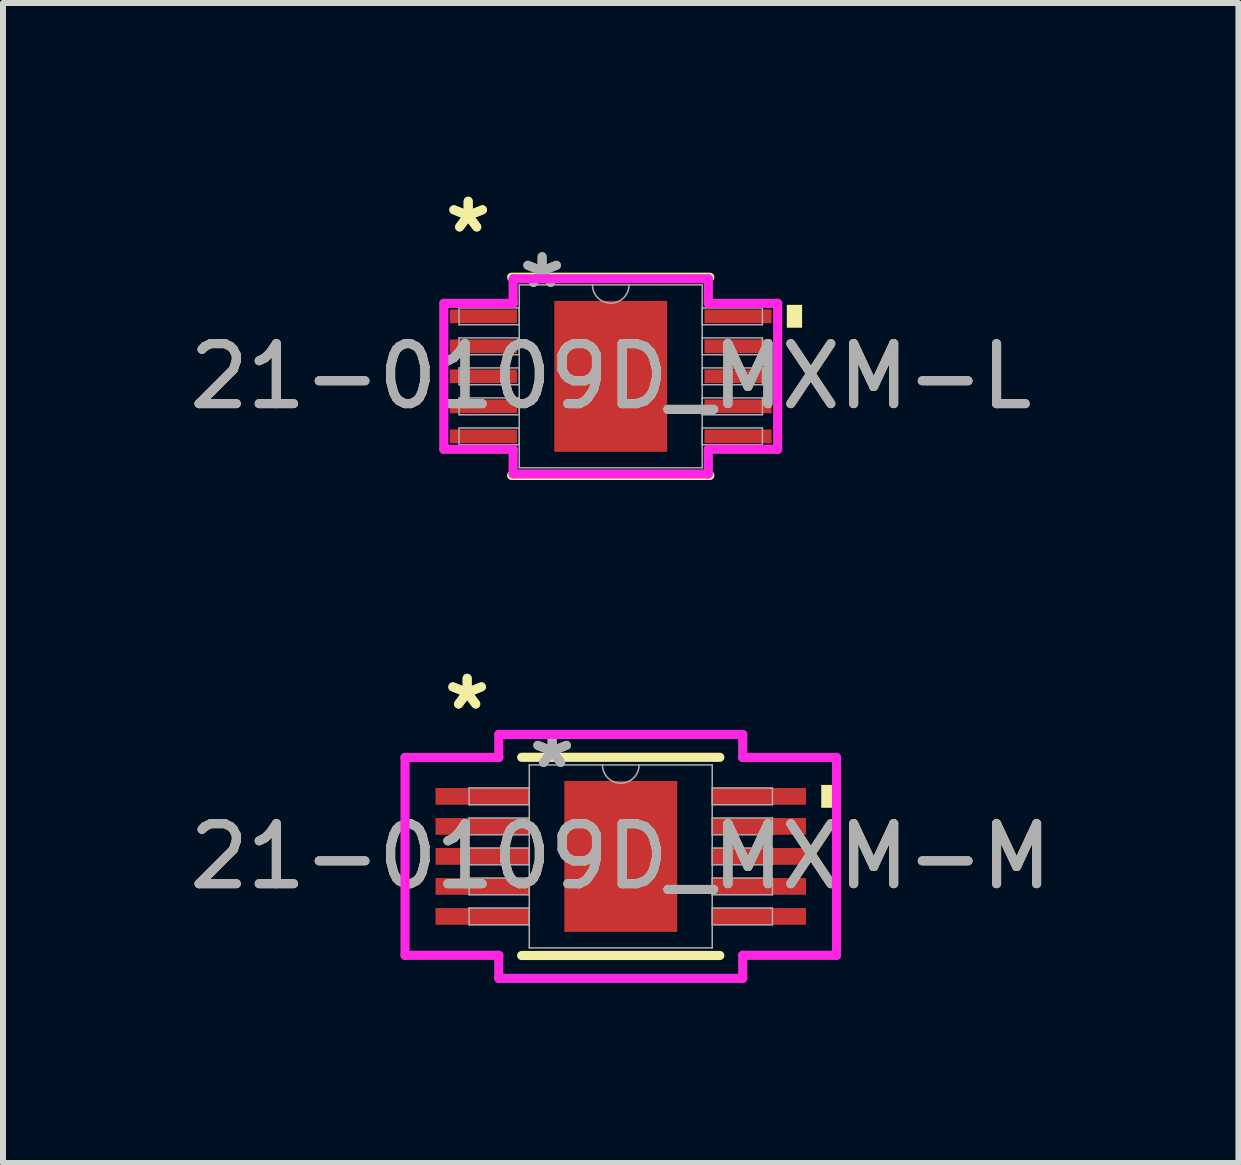
<source format=kicad_pcb>
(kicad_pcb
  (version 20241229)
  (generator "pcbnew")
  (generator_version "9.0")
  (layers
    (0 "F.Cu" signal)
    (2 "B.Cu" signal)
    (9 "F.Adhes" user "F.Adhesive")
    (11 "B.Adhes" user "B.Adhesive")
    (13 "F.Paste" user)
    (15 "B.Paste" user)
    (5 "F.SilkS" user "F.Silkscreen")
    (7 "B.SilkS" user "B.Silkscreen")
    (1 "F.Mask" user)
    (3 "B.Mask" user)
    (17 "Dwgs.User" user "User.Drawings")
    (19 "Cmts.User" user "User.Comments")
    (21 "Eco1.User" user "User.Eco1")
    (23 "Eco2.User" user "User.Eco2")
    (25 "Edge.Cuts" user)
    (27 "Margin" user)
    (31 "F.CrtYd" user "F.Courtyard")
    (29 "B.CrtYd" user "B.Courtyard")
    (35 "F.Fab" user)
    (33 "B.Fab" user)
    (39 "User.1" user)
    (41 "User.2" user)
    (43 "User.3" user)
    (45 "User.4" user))
  (footprint "21-0109D_MXM-L"
    (layer "F.Cu")
    (at 7.125 3.22)
    (property "Reference" "21-0109D_MXM-L" (at 0 0 0) (unlocked yes) (layer "F.SilkS") (effects (font (size 1 1) (thickness 0.15))))
    (attr smd)
    (fp_line (start -1.651 1.651) (end 1.651 1.651) (stroke (width 0.152) (type solid)) (layer "F.SilkS"))
    (fp_line (start 1.651 -1.651) (end -1.651 -1.651) (stroke (width 0.152) (type solid)) (layer "F.SilkS"))
    (fp_poly (pts (xy 3.188 -1.191) (xy 3.188 -0.81) (xy 2.934 -0.81) (xy 2.934 -1.191)) (stroke (width 0) (type solid)) (fill yes) (layer "F.SilkS"))
    (fp_line (start -2.781 -1.216) (end -1.626 -1.216) (stroke (width 0.152) (type solid)) (layer "F.CrtYd"))
    (fp_line (start -2.781 1.216) (end -2.781 -1.216) (stroke (width 0.152) (type solid)) (layer "F.CrtYd"))
    (fp_line (start -2.781 1.216) (end -1.626 1.216) (stroke (width 0.152) (type solid)) (layer "F.CrtYd"))
    (fp_line (start -1.626 -1.626) (end 1.626 -1.626) (stroke (width 0.152) (type solid)) (layer "F.CrtYd"))
    (fp_line (start -1.626 -1.216) (end -1.626 -1.626) (stroke (width 0.152) (type solid)) (layer "F.CrtYd"))
    (fp_line (start -1.626 1.626) (end -1.626 1.216) (stroke (width 0.152) (type solid)) (layer "F.CrtYd"))
    (fp_line (start 1.626 -1.626) (end 1.626 -1.216) (stroke (width 0.152) (type solid)) (layer "F.CrtYd"))
    (fp_line (start 1.626 1.216) (end 1.626 1.626) (stroke (width 0.152) (type solid)) (layer "F.CrtYd"))
    (fp_line (start 1.626 1.626) (end -1.626 1.626) (stroke (width 0.152) (type solid)) (layer "F.CrtYd"))
    (fp_line (start 2.781 -1.216) (end 1.626 -1.216) (stroke (width 0.152) (type solid)) (layer "F.CrtYd"))
    (fp_line (start 2.781 -1.216) (end 2.781 1.216) (stroke (width 0.152) (type solid)) (layer "F.CrtYd"))
    (fp_line (start 2.781 1.216) (end 1.626 1.216) (stroke (width 0.152) (type solid)) (layer "F.CrtYd"))
    (fp_line (start -2.527 -1.14) (end -2.527 -0.86) (stroke (width 0.025) (type solid)) (layer "F.Fab"))
    (fp_line (start -2.527 -0.86) (end -1.524 -0.86) (stroke (width 0.025) (type solid)) (layer "F.Fab"))
    (fp_line (start -2.527 -0.64) (end -2.527 -0.36) (stroke (width 0.025) (type solid)) (layer "F.Fab"))
    (fp_line (start -2.527 -0.36) (end -1.524 -0.36) (stroke (width 0.025) (type solid)) (layer "F.Fab"))
    (fp_line (start -2.527 -0.14) (end -2.527 0.14) (stroke (width 0.025) (type solid)) (layer "F.Fab"))
    (fp_line (start -2.527 0.14) (end -1.524 0.14) (stroke (width 0.025) (type solid)) (layer "F.Fab"))
    (fp_line (start -2.527 0.36) (end -2.527 0.64) (stroke (width 0.025) (type solid)) (layer "F.Fab"))
    (fp_line (start -2.527 0.64) (end -1.524 0.64) (stroke (width 0.025) (type solid)) (layer "F.Fab"))
    (fp_line (start -2.527 0.86) (end -2.527 1.14) (stroke (width 0.025) (type solid)) (layer "F.Fab"))
    (fp_line (start -2.527 1.14) (end -1.524 1.14) (stroke (width 0.025) (type solid)) (layer "F.Fab"))
    (fp_line (start -1.524 -1.524) (end -1.524 1.524) (stroke (width 0.025) (type solid)) (layer "F.Fab"))
    (fp_line (start -1.524 -1.14) (end -2.527 -1.14) (stroke (width 0.025) (type solid)) (layer "F.Fab"))
    (fp_line (start -1.524 -0.86) (end -1.524 -1.14) (stroke (width 0.025) (type solid)) (layer "F.Fab"))
    (fp_line (start -1.524 -0.64) (end -2.527 -0.64) (stroke (width 0.025) (type solid)) (layer "F.Fab"))
    (fp_line (start -1.524 -0.36) (end -1.524 -0.64) (stroke (width 0.025) (type solid)) (layer "F.Fab"))
    (fp_line (start -1.524 -0.14) (end -2.527 -0.14) (stroke (width 0.025) (type solid)) (layer "F.Fab"))
    (fp_line (start -1.524 0.14) (end -1.524 -0.14) (stroke (width 0.025) (type solid)) (layer "F.Fab"))
    (fp_line (start -1.524 0.36) (end -2.527 0.36) (stroke (width 0.025) (type solid)) (layer "F.Fab"))
    (fp_line (start -1.524 0.64) (end -1.524 0.36) (stroke (width 0.025) (type solid)) (layer "F.Fab"))
    (fp_line (start -1.524 0.86) (end -2.527 0.86) (stroke (width 0.025) (type solid)) (layer "F.Fab"))
    (fp_line (start -1.524 1.14) (end -1.524 0.86) (stroke (width 0.025) (type solid)) (layer "F.Fab"))
    (fp_line (start -1.524 1.524) (end 1.524 1.524) (stroke (width 0.025) (type solid)) (layer "F.Fab"))
    (fp_line (start 1.524 -1.524) (end -1.524 -1.524) (stroke (width 0.025) (type solid)) (layer "F.Fab"))
    (fp_line (start 1.524 -1.14) (end 1.524 -0.86) (stroke (width 0.025) (type solid)) (layer "F.Fab"))
    (fp_line (start 1.524 -0.86) (end 2.527 -0.86) (stroke (width 0.025) (type solid)) (layer "F.Fab"))
    (fp_line (start 1.524 -0.64) (end 1.524 -0.36) (stroke (width 0.025) (type solid)) (layer "F.Fab"))
    (fp_line (start 1.524 -0.36) (end 2.527 -0.36) (stroke (width 0.025) (type solid)) (layer "F.Fab"))
    (fp_line (start 1.524 -0.14) (end 1.524 0.14) (stroke (width 0.025) (type solid)) (layer "F.Fab"))
    (fp_line (start 1.524 0.14) (end 2.527 0.14) (stroke (width 0.025) (type solid)) (layer "F.Fab"))
    (fp_line (start 1.524 0.36) (end 1.524 0.64) (stroke (width 0.025) (type solid)) (layer "F.Fab"))
    (fp_line (start 1.524 0.64) (end 2.527 0.64) (stroke (width 0.025) (type solid)) (layer "F.Fab"))
    (fp_line (start 1.524 0.86) (end 1.524 1.14) (stroke (width 0.025) (type solid)) (layer "F.Fab"))
    (fp_line (start 1.524 1.14) (end 2.527 1.14) (stroke (width 0.025) (type solid)) (layer "F.Fab"))
    (fp_line (start 1.524 1.524) (end 1.524 -1.524) (stroke (width 0.025) (type solid)) (layer "F.Fab"))
    (fp_line (start 2.527 -1.14) (end 1.524 -1.14) (stroke (width 0.025) (type solid)) (layer "F.Fab"))
    (fp_line (start 2.527 -0.86) (end 2.527 -1.14) (stroke (width 0.025) (type solid)) (layer "F.Fab"))
    (fp_line (start 2.527 -0.64) (end 1.524 -0.64) (stroke (width 0.025) (type solid)) (layer "F.Fab"))
    (fp_line (start 2.527 -0.36) (end 2.527 -0.64) (stroke (width 0.025) (type solid)) (layer "F.Fab"))
    (fp_line (start 2.527 -0.14) (end 1.524 -0.14) (stroke (width 0.025) (type solid)) (layer "F.Fab"))
    (fp_line (start 2.527 0.14) (end 2.527 -0.14) (stroke (width 0.025) (type solid)) (layer "F.Fab"))
    (fp_line (start 2.527 0.36) (end 1.524 0.36) (stroke (width 0.025) (type solid)) (layer "F.Fab"))
    (fp_line (start 2.527 0.64) (end 2.527 0.36) (stroke (width 0.025) (type solid)) (layer "F.Fab"))
    (fp_line (start 2.527 0.86) (end 1.524 0.86) (stroke (width 0.025) (type solid)) (layer "F.Fab"))
    (fp_line (start 2.527 1.14) (end 2.527 0.86) (stroke (width 0.025) (type solid)) (layer "F.Fab"))
    (fp_arc (start 0.3048 -1.524) (mid 0 -1.2192) (end -0.3048 -1.524) (stroke (width 0.0254) (type solid)) (layer "F.Fab"))
    (fp_text user "*" (at -2.375 -2.372 0) (unlocked yes) (layer "F.SilkS") (effects (font (size 1 1) (thickness 0.15))))
    (fp_text user "*" (at -2.375 -2.372 0) (layer "F.SilkS") (effects (font (size 1 1) (thickness 0.15))))
    (fp_text user "*" (at -1.143 -1.448 0) (unlocked yes) (layer "F.Fab") (effects (font (size 1 1) (thickness 0.15))))
    (fp_text user "${REFERENCE}" (at 0 0 0) (unlocked yes) (layer "F.Fab") (effects (font (size 1 1) (thickness 0.15))))
    (fp_text user "*" (at -1.143 -1.448 0) (layer "F.Fab") (effects (font (size 1 1) (thickness 0.15))))
    (pad "1" smd rect (at -2.121 -1) (size 1.118 0.229) (layers "F.Cu" "F.Mask" "F.Paste"))
    (pad "2" smd rect (at -2.121 -0.5) (size 1.118 0.229) (layers "F.Cu" "F.Mask" "F.Paste"))
    (pad "3" smd rect (at -2.121 0) (size 1.118 0.229) (layers "F.Cu" "F.Mask" "F.Paste"))
    (pad "4" smd rect (at -2.121 0.5) (size 1.118 0.229) (layers "F.Cu" "F.Mask" "F.Paste"))
    (pad "5" smd rect (at -2.121 1) (size 1.118 0.229) (layers "F.Cu" "F.Mask" "F.Paste"))
    (pad "6" smd rect (at 2.121 1) (size 1.118 0.229) (layers "F.Cu" "F.Mask" "F.Paste"))
    (pad "7" smd rect (at 2.121 0.5) (size 1.118 0.229) (layers "F.Cu" "F.Mask" "F.Paste"))
    (pad "8" smd rect (at 2.121 0) (size 1.118 0.229) (layers "F.Cu" "F.Mask" "F.Paste"))
    (pad "9" smd rect (at 2.121 -0.5) (size 1.118 0.229) (layers "F.Cu" "F.Mask" "F.Paste"))
    (pad "10" smd rect (at 2.121 -1) (size 1.118 0.229) (layers "F.Cu" "F.Mask" "F.Paste"))
    (pad "EPAD" smd rect (at 0 0) (size 1.88 2.515) (layers "F.Cu" "F.Mask" "F.Paste")))
  (footprint "21-0109D_MXM-M"
    (layer "F.Cu")
    (at 7.292 11.218)
    (property "Reference" "21-0109D_MXM-M" (at 0 0 0) (unlocked yes) (layer "F.SilkS") (effects (font (size 1 1) (thickness 0.15))))
    (attr smd)
    (fp_line (start -1.651 1.651) (end 1.651 1.651) (stroke (width 0.152) (type solid)) (layer "F.SilkS"))
    (fp_line (start 1.651 -1.651) (end -1.651 -1.651) (stroke (width 0.152) (type solid)) (layer "F.SilkS"))
    (fp_poly (pts (xy 3.594 -1.191) (xy 3.594 -0.81) (xy 3.34 -0.81) (xy 3.34 -1.191)) (stroke (width 0) (type solid)) (fill yes) (layer "F.SilkS"))
    (fp_line (start -3.594 -1.648) (end -2.032 -1.648) (stroke (width 0.152) (type solid)) (layer "F.CrtYd"))
    (fp_line (start -3.594 1.648) (end -3.594 -1.648) (stroke (width 0.152) (type solid)) (layer "F.CrtYd"))
    (fp_line (start -3.594 1.648) (end -2.032 1.648) (stroke (width 0.152) (type solid)) (layer "F.CrtYd"))
    (fp_line (start -2.032 -2.032) (end 2.032 -2.032) (stroke (width 0.152) (type solid)) (layer "F.CrtYd"))
    (fp_line (start -2.032 -1.648) (end -2.032 -2.032) (stroke (width 0.152) (type solid)) (layer "F.CrtYd"))
    (fp_line (start -2.032 2.032) (end -2.032 1.648) (stroke (width 0.152) (type solid)) (layer "F.CrtYd"))
    (fp_line (start 2.032 -2.032) (end 2.032 -1.648) (stroke (width 0.152) (type solid)) (layer "F.CrtYd"))
    (fp_line (start 2.032 1.648) (end 2.032 2.032) (stroke (width 0.152) (type solid)) (layer "F.CrtYd"))
    (fp_line (start 2.032 2.032) (end -2.032 2.032) (stroke (width 0.152) (type solid)) (layer "F.CrtYd"))
    (fp_line (start 3.594 -1.648) (end 2.032 -1.648) (stroke (width 0.152) (type solid)) (layer "F.CrtYd"))
    (fp_line (start 3.594 -1.648) (end 3.594 1.648) (stroke (width 0.152) (type solid)) (layer "F.CrtYd"))
    (fp_line (start 3.594 1.648) (end 2.032 1.648) (stroke (width 0.152) (type solid)) (layer "F.CrtYd"))
    (fp_line (start -2.527 -1.14) (end -2.527 -0.86) (stroke (width 0.025) (type solid)) (layer "F.Fab"))
    (fp_line (start -2.527 -0.86) (end -1.524 -0.86) (stroke (width 0.025) (type solid)) (layer "F.Fab"))
    (fp_line (start -2.527 -0.64) (end -2.527 -0.36) (stroke (width 0.025) (type solid)) (layer "F.Fab"))
    (fp_line (start -2.527 -0.36) (end -1.524 -0.36) (stroke (width 0.025) (type solid)) (layer "F.Fab"))
    (fp_line (start -2.527 -0.14) (end -2.527 0.14) (stroke (width 0.025) (type solid)) (layer "F.Fab"))
    (fp_line (start -2.527 0.14) (end -1.524 0.14) (stroke (width 0.025) (type solid)) (layer "F.Fab"))
    (fp_line (start -2.527 0.36) (end -2.527 0.64) (stroke (width 0.025) (type solid)) (layer "F.Fab"))
    (fp_line (start -2.527 0.64) (end -1.524 0.64) (stroke (width 0.025) (type solid)) (layer "F.Fab"))
    (fp_line (start -2.527 0.86) (end -2.527 1.14) (stroke (width 0.025) (type solid)) (layer "F.Fab"))
    (fp_line (start -2.527 1.14) (end -1.524 1.14) (stroke (width 0.025) (type solid)) (layer "F.Fab"))
    (fp_line (start -1.524 -1.524) (end -1.524 1.524) (stroke (width 0.025) (type solid)) (layer "F.Fab"))
    (fp_line (start -1.524 -1.14) (end -2.527 -1.14) (stroke (width 0.025) (type solid)) (layer "F.Fab"))
    (fp_line (start -1.524 -0.86) (end -1.524 -1.14) (stroke (width 0.025) (type solid)) (layer "F.Fab"))
    (fp_line (start -1.524 -0.64) (end -2.527 -0.64) (stroke (width 0.025) (type solid)) (layer "F.Fab"))
    (fp_line (start -1.524 -0.36) (end -1.524 -0.64) (stroke (width 0.025) (type solid)) (layer "F.Fab"))
    (fp_line (start -1.524 -0.14) (end -2.527 -0.14) (stroke (width 0.025) (type solid)) (layer "F.Fab"))
    (fp_line (start -1.524 0.14) (end -1.524 -0.14) (stroke (width 0.025) (type solid)) (layer "F.Fab"))
    (fp_line (start -1.524 0.36) (end -2.527 0.36) (stroke (width 0.025) (type solid)) (layer "F.Fab"))
    (fp_line (start -1.524 0.64) (end -1.524 0.36) (stroke (width 0.025) (type solid)) (layer "F.Fab"))
    (fp_line (start -1.524 0.86) (end -2.527 0.86) (stroke (width 0.025) (type solid)) (layer "F.Fab"))
    (fp_line (start -1.524 1.14) (end -1.524 0.86) (stroke (width 0.025) (type solid)) (layer "F.Fab"))
    (fp_line (start -1.524 1.524) (end 1.524 1.524) (stroke (width 0.025) (type solid)) (layer "F.Fab"))
    (fp_line (start 1.524 -1.524) (end -1.524 -1.524) (stroke (width 0.025) (type solid)) (layer "F.Fab"))
    (fp_line (start 1.524 -1.14) (end 1.524 -0.86) (stroke (width 0.025) (type solid)) (layer "F.Fab"))
    (fp_line (start 1.524 -0.86) (end 2.527 -0.86) (stroke (width 0.025) (type solid)) (layer "F.Fab"))
    (fp_line (start 1.524 -0.64) (end 1.524 -0.36) (stroke (width 0.025) (type solid)) (layer "F.Fab"))
    (fp_line (start 1.524 -0.36) (end 2.527 -0.36) (stroke (width 0.025) (type solid)) (layer "F.Fab"))
    (fp_line (start 1.524 -0.14) (end 1.524 0.14) (stroke (width 0.025) (type solid)) (layer "F.Fab"))
    (fp_line (start 1.524 0.14) (end 2.527 0.14) (stroke (width 0.025) (type solid)) (layer "F.Fab"))
    (fp_line (start 1.524 0.36) (end 1.524 0.64) (stroke (width 0.025) (type solid)) (layer "F.Fab"))
    (fp_line (start 1.524 0.64) (end 2.527 0.64) (stroke (width 0.025) (type solid)) (layer "F.Fab"))
    (fp_line (start 1.524 0.86) (end 1.524 1.14) (stroke (width 0.025) (type solid)) (layer "F.Fab"))
    (fp_line (start 1.524 1.14) (end 2.527 1.14) (stroke (width 0.025) (type solid)) (layer "F.Fab"))
    (fp_line (start 1.524 1.524) (end 1.524 -1.524) (stroke (width 0.025) (type solid)) (layer "F.Fab"))
    (fp_line (start 2.527 -1.14) (end 1.524 -1.14) (stroke (width 0.025) (type solid)) (layer "F.Fab"))
    (fp_line (start 2.527 -0.86) (end 2.527 -1.14) (stroke (width 0.025) (type solid)) (layer "F.Fab"))
    (fp_line (start 2.527 -0.64) (end 1.524 -0.64) (stroke (width 0.025) (type solid)) (layer "F.Fab"))
    (fp_line (start 2.527 -0.36) (end 2.527 -0.64) (stroke (width 0.025) (type solid)) (layer "F.Fab"))
    (fp_line (start 2.527 -0.14) (end 1.524 -0.14) (stroke (width 0.025) (type solid)) (layer "F.Fab"))
    (fp_line (start 2.527 0.14) (end 2.527 -0.14) (stroke (width 0.025) (type solid)) (layer "F.Fab"))
    (fp_line (start 2.527 0.36) (end 1.524 0.36) (stroke (width 0.025) (type solid)) (layer "F.Fab"))
    (fp_line (start 2.527 0.64) (end 2.527 0.36) (stroke (width 0.025) (type solid)) (layer "F.Fab"))
    (fp_line (start 2.527 0.86) (end 1.524 0.86) (stroke (width 0.025) (type solid)) (layer "F.Fab"))
    (fp_line (start 2.527 1.14) (end 2.527 0.86) (stroke (width 0.025) (type solid)) (layer "F.Fab"))
    (fp_arc (start 0.3048 -1.524) (mid 0 -1.2192) (end -0.3048 -1.524) (stroke (width 0.0254) (type solid)) (layer "F.Fab"))
    (fp_text user "*" (at -2.559 -2.422 0) (layer "F.SilkS") (effects (font (size 1 1) (thickness 0.15))))
    (fp_text user "*" (at -2.559 -2.422 0) (unlocked yes) (layer "F.SilkS") (effects (font (size 1 1) (thickness 0.15))))
    (fp_text user "*" (at -1.143 -1.448 0) (layer "F.Fab") (effects (font (size 1 1) (thickness 0.15))))
    (fp_text user "*" (at -1.143 -1.448 0) (unlocked yes) (layer "F.Fab") (effects (font (size 1 1) (thickness 0.15))))
    (fp_text user "${REFERENCE}" (at 0 0 0) (unlocked yes) (layer "F.Fab") (effects (font (size 1 1) (thickness 0.15))))
    (pad "1" smd rect (at -2.305 -1) (size 1.562 0.279) (layers "F.Cu" "F.Mask" "F.Paste"))
    (pad "2" smd rect (at -2.305 -0.5) (size 1.562 0.279) (layers "F.Cu" "F.Mask" "F.Paste"))
    (pad "3" smd rect (at -2.305 0) (size 1.562 0.279) (layers "F.Cu" "F.Mask" "F.Paste"))
    (pad "4" smd rect (at -2.305 0.5) (size 1.562 0.279) (layers "F.Cu" "F.Mask" "F.Paste"))
    (pad "5" smd rect (at -2.305 1) (size 1.562 0.279) (layers "F.Cu" "F.Mask" "F.Paste"))
    (pad "6" smd rect (at 2.305 1) (size 1.562 0.279) (layers "F.Cu" "F.Mask" "F.Paste"))
    (pad "7" smd rect (at 2.305 0.5) (size 1.562 0.279) (layers "F.Cu" "F.Mask" "F.Paste"))
    (pad "8" smd rect (at 2.305 0) (size 1.562 0.279) (layers "F.Cu" "F.Mask" "F.Paste"))
    (pad "9" smd rect (at 2.305 -0.5) (size 1.562 0.279) (layers "F.Cu" "F.Mask" "F.Paste"))
    (pad "10" smd rect (at 2.305 -1) (size 1.562 0.279) (layers "F.Cu" "F.Mask" "F.Paste"))
    (pad "EPAD" smd rect (at 0 0) (size 1.88 2.515) (layers "F.Cu" "F.Mask" "F.Paste")))
  (gr_rect
    (start -3 -3)
    (end 17.583 16.326)
    (stroke (width 0.1) (type default))
    (fill no)
    (layer "Edge.Cuts")))
</source>
